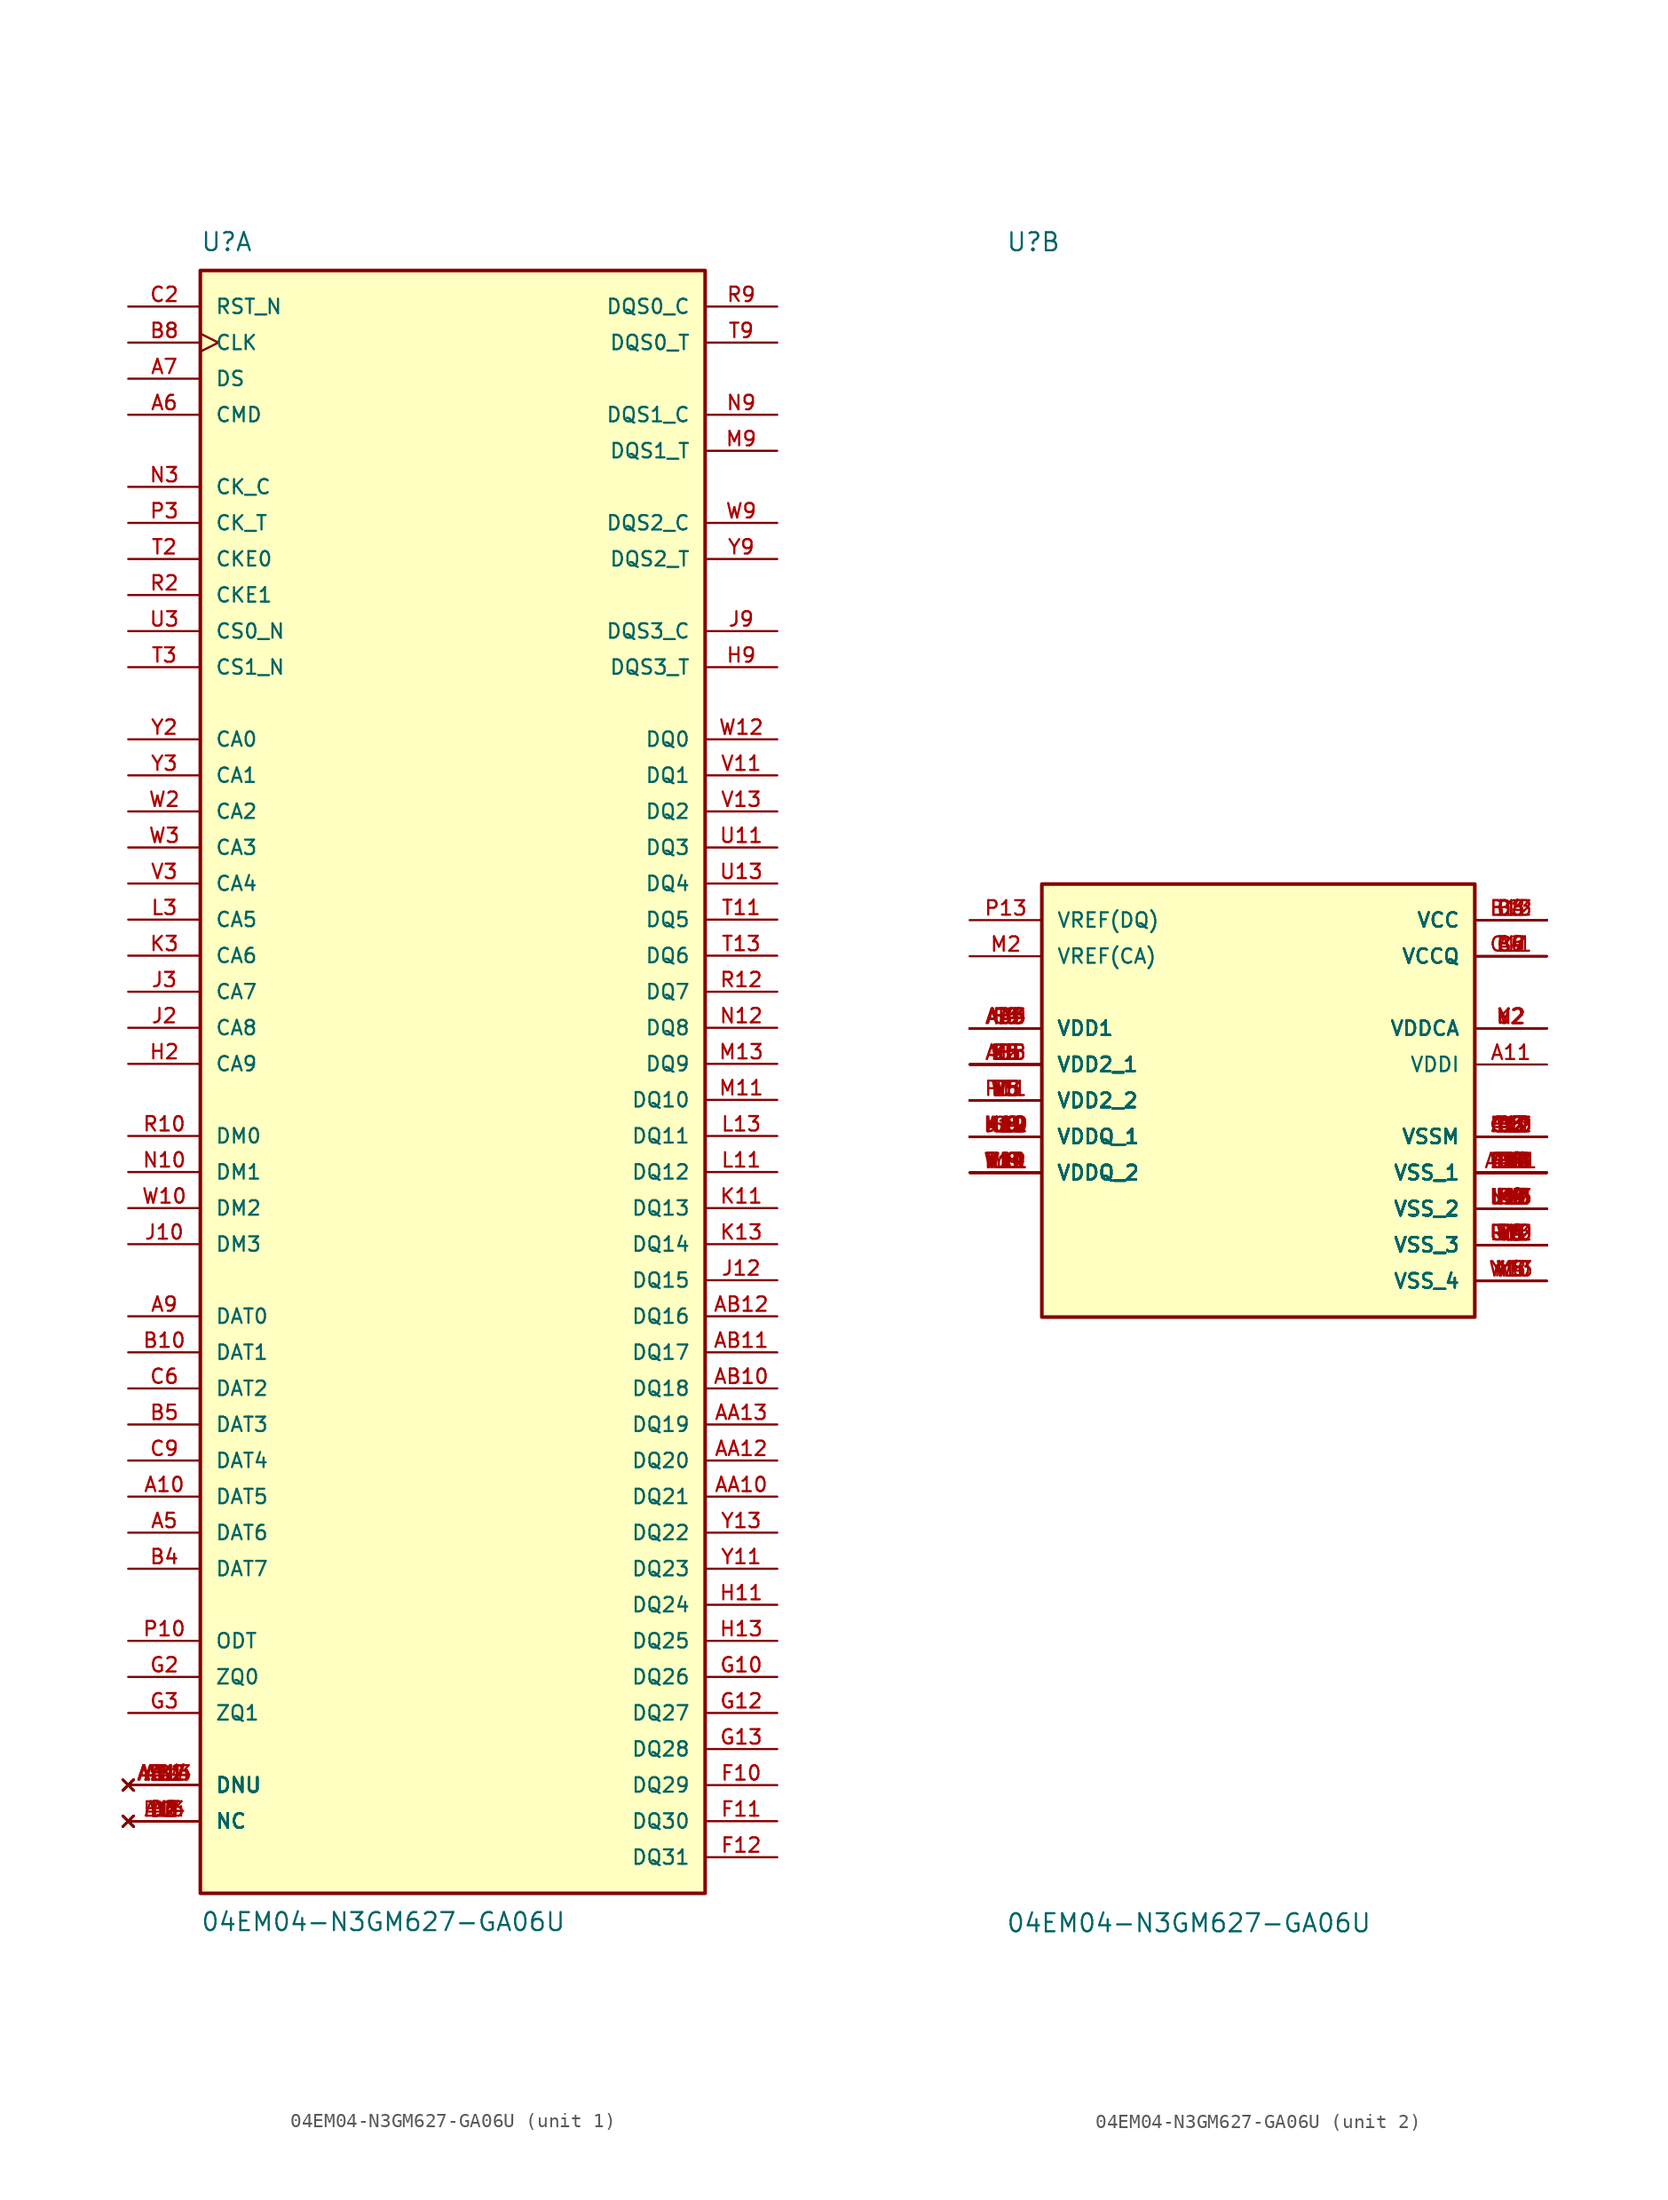
<source format=kicad_sym>
(kicad_symbol_lib
  (version 20211014)
  (generator kicad_symbol_editor)
  (symbol "04EM04-N3GM627-GA06U"
    (pin_names
      (offset 1.016))
    (property "Reference" "U"
      (at -17.78 59.69 0)
      (effects (font (size 1.27 1.27)) (justify bottom left)))
    (property "Value" "04EM04-N3GM627-GA06U"
      (at -17.78 -57.15 0)
      (effects (font (size 1.27 1.27)) (justify top left)))
    (symbol "04EM04-N3GM627-GA06U_1_0"
      (rectangle (start -17.78 -55.88) (end 17.78 58.42) (stroke (width 0.254)) (fill (type background)))
      (pin input clock (at -22.86 53.34 0) (length 5.08) (name "CLK" (effects (font (size 1.016 1.016)))) (number "B8" (effects (font (size 1.016 1.016)))))
      (pin input line (at -22.86 50.8 0) (length 5.08) (name "DS" (effects (font (size 1.016 1.016)))) (number "A7" (effects (font (size 1.016 1.016)))))
      (pin input line (at -22.86 55.88 0) (length 5.08) (name "RST_N" (effects (font (size 1.016 1.016)))) (number "C2" (effects (font (size 1.016 1.016)))))
      (pin bidirectional line (at -22.86 25.4 0) (length 5.08) (name "CA0" (effects (font (size 1.016 1.016)))) (number "Y2" (effects (font (size 1.016 1.016)))))
      (pin bidirectional line (at -22.86 22.86 0) (length 5.08) (name "CA1" (effects (font (size 1.016 1.016)))) (number "Y3" (effects (font (size 1.016 1.016)))))
      (pin bidirectional line (at -22.86 20.32 0) (length 5.08) (name "CA2" (effects (font (size 1.016 1.016)))) (number "W2" (effects (font (size 1.016 1.016)))))
      (pin bidirectional line (at -22.86 17.78 0) (length 5.08) (name "CA3" (effects (font (size 1.016 1.016)))) (number "W3" (effects (font (size 1.016 1.016)))))
      (pin bidirectional line (at -22.86 15.24 0) (length 5.08) (name "CA4" (effects (font (size 1.016 1.016)))) (number "V3" (effects (font (size 1.016 1.016)))))
      (pin bidirectional line (at -22.86 12.7 0) (length 5.08) (name "CA5" (effects (font (size 1.016 1.016)))) (number "L3" (effects (font (size 1.016 1.016)))))
      (pin bidirectional line (at -22.86 10.16 0) (length 5.08) (name "CA6" (effects (font (size 1.016 1.016)))) (number "K3" (effects (font (size 1.016 1.016)))))
      (pin bidirectional line (at -22.86 7.62 0) (length 5.08) (name "CA7" (effects (font (size 1.016 1.016)))) (number "J3" (effects (font (size 1.016 1.016)))))
      (pin bidirectional line (at -22.86 5.08 0) (length 5.08) (name "CA8" (effects (font (size 1.016 1.016)))) (number "J2" (effects (font (size 1.016 1.016)))))
      (pin bidirectional line (at -22.86 2.54 0) (length 5.08) (name "CA9" (effects (font (size 1.016 1.016)))) (number "H2" (effects (font (size 1.016 1.016)))))
      (pin bidirectional line (at -22.86 43.18 0) (length 5.08) (name "CK_C" (effects (font (size 1.016 1.016)))) (number "N3" (effects (font (size 1.016 1.016)))))
      (pin bidirectional line (at -22.86 40.64 0) (length 5.08) (name "CK_T" (effects (font (size 1.016 1.016)))) (number "P3" (effects (font (size 1.016 1.016)))))
      (pin bidirectional line (at -22.86 38.1 0) (length 5.08) (name "CKE0" (effects (font (size 1.016 1.016)))) (number "T2" (effects (font (size 1.016 1.016)))))
      (pin bidirectional line (at -22.86 35.56 0) (length 5.08) (name "CKE1" (effects (font (size 1.016 1.016)))) (number "R2" (effects (font (size 1.016 1.016)))))
      (pin input line (at -22.86 48.26 0) (length 5.08) (name "CMD" (effects (font (size 1.016 1.016)))) (number "A6" (effects (font (size 1.016 1.016)))))
      (pin bidirectional line (at -22.86 33.02 0) (length 5.08) (name "CS0_N" (effects (font (size 1.016 1.016)))) (number "U3" (effects (font (size 1.016 1.016)))))
      (pin bidirectional line (at -22.86 30.48 0) (length 5.08) (name "CS1_N" (effects (font (size 1.016 1.016)))) (number "T3" (effects (font (size 1.016 1.016)))))
      (pin bidirectional line (at -22.86 -15.24 0) (length 5.08) (name "DAT0" (effects (font (size 1.016 1.016)))) (number "A9" (effects (font (size 1.016 1.016)))))
      (pin bidirectional line (at -22.86 -17.78 0) (length 5.08) (name "DAT1" (effects (font (size 1.016 1.016)))) (number "B10" (effects (font (size 1.016 1.016)))))
      (pin bidirectional line (at -22.86 -20.32 0) (length 5.08) (name "DAT2" (effects (font (size 1.016 1.016)))) (number "C6" (effects (font (size 1.016 1.016)))))
      (pin bidirectional line (at -22.86 -22.86 0) (length 5.08) (name "DAT3" (effects (font (size 1.016 1.016)))) (number "B5" (effects (font (size 1.016 1.016)))))
      (pin bidirectional line (at -22.86 -25.4 0) (length 5.08) (name "DAT4" (effects (font (size 1.016 1.016)))) (number "C9" (effects (font (size 1.016 1.016)))))
      (pin bidirectional line (at -22.86 -27.94 0) (length 5.08) (name "DAT5" (effects (font (size 1.016 1.016)))) (number "A10" (effects (font (size 1.016 1.016)))))
      (pin bidirectional line (at -22.86 -30.48 0) (length 5.08) (name "DAT6" (effects (font (size 1.016 1.016)))) (number "A5" (effects (font (size 1.016 1.016)))))
      (pin bidirectional line (at -22.86 -33.02 0) (length 5.08) (name "DAT7" (effects (font (size 1.016 1.016)))) (number "B4" (effects (font (size 1.016 1.016)))))
      (pin bidirectional line (at -22.86 -2.54 0) (length 5.08) (name "DM0" (effects (font (size 1.016 1.016)))) (number "R10" (effects (font (size 1.016 1.016)))))
      (pin bidirectional line (at -22.86 -5.08 0) (length 5.08) (name "DM1" (effects (font (size 1.016 1.016)))) (number "N10" (effects (font (size 1.016 1.016)))))
      (pin bidirectional line (at -22.86 -7.62 0) (length 5.08) (name "DM2" (effects (font (size 1.016 1.016)))) (number "W10" (effects (font (size 1.016 1.016)))))
      (pin bidirectional line (at -22.86 -10.16 0) (length 5.08) (name "DM3" (effects (font (size 1.016 1.016)))) (number "J10" (effects (font (size 1.016 1.016)))))
      (pin bidirectional line (at 22.86 25.4 180.0) (length 5.08) (name "DQ0" (effects (font (size 1.016 1.016)))) (number "W12" (effects (font (size 1.016 1.016)))))
      (pin bidirectional line (at 22.86 22.86 180.0) (length 5.08) (name "DQ1" (effects (font (size 1.016 1.016)))) (number "V11" (effects (font (size 1.016 1.016)))))
      (pin bidirectional line (at 22.86 0.0 180.0) (length 5.08) (name "DQ10" (effects (font (size 1.016 1.016)))) (number "M11" (effects (font (size 1.016 1.016)))))
      (pin bidirectional line (at 22.86 -2.54 180.0) (length 5.08) (name "DQ11" (effects (font (size 1.016 1.016)))) (number "L13" (effects (font (size 1.016 1.016)))))
      (pin bidirectional line (at 22.86 -5.08 180.0) (length 5.08) (name "DQ12" (effects (font (size 1.016 1.016)))) (number "L11" (effects (font (size 1.016 1.016)))))
      (pin bidirectional line (at 22.86 -7.62 180.0) (length 5.08) (name "DQ13" (effects (font (size 1.016 1.016)))) (number "K11" (effects (font (size 1.016 1.016)))))
      (pin bidirectional line (at 22.86 -10.16 180.0) (length 5.08) (name "DQ14" (effects (font (size 1.016 1.016)))) (number "K13" (effects (font (size 1.016 1.016)))))
      (pin bidirectional line (at 22.86 -12.7 180.0) (length 5.08) (name "DQ15" (effects (font (size 1.016 1.016)))) (number "J12" (effects (font (size 1.016 1.016)))))
      (pin bidirectional line (at 22.86 -15.24 180.0) (length 5.08) (name "DQ16" (effects (font (size 1.016 1.016)))) (number "AB12" (effects (font (size 1.016 1.016)))))
      (pin bidirectional line (at 22.86 -17.78 180.0) (length 5.08) (name "DQ17" (effects (font (size 1.016 1.016)))) (number "AB11" (effects (font (size 1.016 1.016)))))
      (pin bidirectional line (at 22.86 -20.32 180.0) (length 5.08) (name "DQ18" (effects (font (size 1.016 1.016)))) (number "AB10" (effects (font (size 1.016 1.016)))))
      (pin bidirectional line (at 22.86 -22.86 180.0) (length 5.08) (name "DQ19" (effects (font (size 1.016 1.016)))) (number "AA13" (effects (font (size 1.016 1.016)))))
      (pin bidirectional line (at 22.86 20.32 180.0) (length 5.08) (name "DQ2" (effects (font (size 1.016 1.016)))) (number "V13" (effects (font (size 1.016 1.016)))))
      (pin bidirectional line (at 22.86 -25.4 180.0) (length 5.08) (name "DQ20" (effects (font (size 1.016 1.016)))) (number "AA12" (effects (font (size 1.016 1.016)))))
      (pin bidirectional line (at 22.86 -27.94 180.0) (length 5.08) (name "DQ21" (effects (font (size 1.016 1.016)))) (number "AA10" (effects (font (size 1.016 1.016)))))
      (pin bidirectional line (at 22.86 -30.48 180.0) (length 5.08) (name "DQ22" (effects (font (size 1.016 1.016)))) (number "Y13" (effects (font (size 1.016 1.016)))))
      (pin bidirectional line (at 22.86 -33.02 180.0) (length 5.08) (name "DQ23" (effects (font (size 1.016 1.016)))) (number "Y11" (effects (font (size 1.016 1.016)))))
      (pin bidirectional line (at 22.86 -35.56 180.0) (length 5.08) (name "DQ24" (effects (font (size 1.016 1.016)))) (number "H11" (effects (font (size 1.016 1.016)))))
      (pin bidirectional line (at 22.86 -38.1 180.0) (length 5.08) (name "DQ25" (effects (font (size 1.016 1.016)))) (number "H13" (effects (font (size 1.016 1.016)))))
      (pin bidirectional line (at 22.86 -40.64 180.0) (length 5.08) (name "DQ26" (effects (font (size 1.016 1.016)))) (number "G10" (effects (font (size 1.016 1.016)))))
      (pin bidirectional line (at 22.86 -43.18 180.0) (length 5.08) (name "DQ27" (effects (font (size 1.016 1.016)))) (number "G12" (effects (font (size 1.016 1.016)))))
      (pin bidirectional line (at 22.86 -45.72 180.0) (length 5.08) (name "DQ28" (effects (font (size 1.016 1.016)))) (number "G13" (effects (font (size 1.016 1.016)))))
      (pin bidirectional line (at 22.86 -48.26 180.0) (length 5.08) (name "DQ29" (effects (font (size 1.016 1.016)))) (number "F10" (effects (font (size 1.016 1.016)))))
      (pin bidirectional line (at 22.86 17.78 180.0) (length 5.08) (name "DQ3" (effects (font (size 1.016 1.016)))) (number "U11" (effects (font (size 1.016 1.016)))))
      (pin bidirectional line (at 22.86 -50.8 180.0) (length 5.08) (name "DQ30" (effects (font (size 1.016 1.016)))) (number "F11" (effects (font (size 1.016 1.016)))))
      (pin bidirectional line (at 22.86 -53.34 180.0) (length 5.08) (name "DQ31" (effects (font (size 1.016 1.016)))) (number "F12" (effects (font (size 1.016 1.016)))))
      (pin bidirectional line (at 22.86 15.24 180.0) (length 5.08) (name "DQ4" (effects (font (size 1.016 1.016)))) (number "U13" (effects (font (size 1.016 1.016)))))
      (pin bidirectional line (at 22.86 12.7 180.0) (length 5.08) (name "DQ5" (effects (font (size 1.016 1.016)))) (number "T11" (effects (font (size 1.016 1.016)))))
      (pin bidirectional line (at 22.86 10.16 180.0) (length 5.08) (name "DQ6" (effects (font (size 1.016 1.016)))) (number "T13" (effects (font (size 1.016 1.016)))))
      (pin bidirectional line (at 22.86 7.62 180.0) (length 5.08) (name "DQ7" (effects (font (size 1.016 1.016)))) (number "R12" (effects (font (size 1.016 1.016)))))
      (pin bidirectional line (at 22.86 5.08 180.0) (length 5.08) (name "DQ8" (effects (font (size 1.016 1.016)))) (number "N12" (effects (font (size 1.016 1.016)))))
      (pin bidirectional line (at 22.86 2.54 180.0) (length 5.08) (name "DQ9" (effects (font (size 1.016 1.016)))) (number "M13" (effects (font (size 1.016 1.016)))))
      (pin bidirectional line (at 22.86 55.88 180.0) (length 5.08) (name "DQS0_C" (effects (font (size 1.016 1.016)))) (number "R9" (effects (font (size 1.016 1.016)))))
      (pin bidirectional line (at 22.86 53.34 180.0) (length 5.08) (name "DQS0_T" (effects (font (size 1.016 1.016)))) (number "T9" (effects (font (size 1.016 1.016)))))
      (pin bidirectional line (at 22.86 48.26 180.0) (length 5.08) (name "DQS1_C" (effects (font (size 1.016 1.016)))) (number "N9" (effects (font (size 1.016 1.016)))))
      (pin bidirectional line (at 22.86 45.72 180.0) (length 5.08) (name "DQS1_T" (effects (font (size 1.016 1.016)))) (number "M9" (effects (font (size 1.016 1.016)))))
      (pin bidirectional line (at 22.86 40.64 180.0) (length 5.08) (name "DQS2_C" (effects (font (size 1.016 1.016)))) (number "W9" (effects (font (size 1.016 1.016)))))
      (pin bidirectional line (at 22.86 38.1 180.0) (length 5.08) (name "DQS2_T" (effects (font (size 1.016 1.016)))) (number "Y9" (effects (font (size 1.016 1.016)))))
      (pin bidirectional line (at 22.86 33.02 180.0) (length 5.08) (name "DQS3_C" (effects (font (size 1.016 1.016)))) (number "J9" (effects (font (size 1.016 1.016)))))
      (pin bidirectional line (at 22.86 30.48 180.0) (length 5.08) (name "DQS3_T" (effects (font (size 1.016 1.016)))) (number "H9" (effects (font (size 1.016 1.016)))))
      (pin bidirectional line (at -22.86 -38.1 0) (length 5.08) (name "ODT" (effects (font (size 1.016 1.016)))) (number "P10" (effects (font (size 1.016 1.016)))))
      (pin bidirectional line (at -22.86 -40.64 0) (length 5.08) (name "ZQ0" (effects (font (size 1.016 1.016)))) (number "G2" (effects (font (size 1.016 1.016)))))
      (pin bidirectional line (at -22.86 -43.18 0) (length 5.08) (name "ZQ1" (effects (font (size 1.016 1.016)))) (number "G3" (effects (font (size 1.016 1.016)))))
      (pin no_connect line (at -22.86 -48.26 0) (length 5.08) (name "DNU" (effects (font (size 1.016 1.016)))) (number "A1" (effects (font (size 1.016 1.016)))))
      (pin no_connect line (at -22.86 -48.26 0) (length 5.08) (name "DNU" (effects (font (size 1.016 1.016)))) (number "A14" (effects (font (size 1.016 1.016)))))
      (pin no_connect line (at -22.86 -48.26 0) (length 5.08) (name "DNU" (effects (font (size 1.016 1.016)))) (number "AA1" (effects (font (size 1.016 1.016)))))
      (pin no_connect line (at -22.86 -48.26 0) (length 5.08) (name "DNU" (effects (font (size 1.016 1.016)))) (number "AA14" (effects (font (size 1.016 1.016)))))
      (pin no_connect line (at -22.86 -48.26 0) (length 5.08) (name "DNU" (effects (font (size 1.016 1.016)))) (number "AB1" (effects (font (size 1.016 1.016)))))
      (pin no_connect line (at -22.86 -48.26 0) (length 5.08) (name "DNU" (effects (font (size 1.016 1.016)))) (number "AB2" (effects (font (size 1.016 1.016)))))
      (pin no_connect line (at -22.86 -48.26 0) (length 5.08) (name "DNU" (effects (font (size 1.016 1.016)))) (number "AB13" (effects (font (size 1.016 1.016)))))
      (pin no_connect line (at -22.86 -48.26 0) (length 5.08) (name "DNU" (effects (font (size 1.016 1.016)))) (number "AB14" (effects (font (size 1.016 1.016)))))
      (pin no_connect line (at -22.86 -50.8 0) (length 5.08) (name "NC" (effects (font (size 1.016 1.016)))) (number "A2" (effects (font (size 1.016 1.016)))))
      (pin no_connect line (at -22.86 -50.8 0) (length 5.08) (name "NC" (effects (font (size 1.016 1.016)))) (number "A13" (effects (font (size 1.016 1.016)))))
      (pin no_connect line (at -22.86 -50.8 0) (length 5.08) (name "NC" (effects (font (size 1.016 1.016)))) (number "B1" (effects (font (size 1.016 1.016)))))
      (pin no_connect line (at -22.86 -50.8 0) (length 5.08) (name "NC" (effects (font (size 1.016 1.016)))) (number "B14" (effects (font (size 1.016 1.016)))))
      (pin no_connect line (at -22.86 -50.8 0) (length 5.08) (name "NC" (effects (font (size 1.016 1.016)))) (number "D2" (effects (font (size 1.016 1.016)))))
      (pin no_connect line (at -22.86 -50.8 0) (length 5.08) (name "NC" (effects (font (size 1.016 1.016)))) (number "D3" (effects (font (size 1.016 1.016)))))
      (pin no_connect line (at -22.86 -50.8 0) (length 5.08) (name "NC" (effects (font (size 1.016 1.016)))) (number "D4" (effects (font (size 1.016 1.016)))))
      (pin no_connect line (at -22.86 -50.8 0) (length 5.08) (name "NC" (effects (font (size 1.016 1.016)))) (number "D5" (effects (font (size 1.016 1.016)))))
      (pin no_connect line (at -22.86 -50.8 0) (length 5.08) (name "NC" (effects (font (size 1.016 1.016)))) (number "D6" (effects (font (size 1.016 1.016))))))
    (symbol "04EM04-N3GM627-GA06U_2_0"
      (rectangle (start -15.24 -15.24) (end 15.24 15.24) (stroke (width 0.254)) (fill (type background)))
      (pin power_in line (at 20.32 12.7 180.0) (length 5.08) (name "VCC" (effects (font (size 1.016 1.016)))) (number "B3" (effects (font (size 1.016 1.016)))))
      (pin power_in line (at 20.32 12.7 180.0) (length 5.08) (name "VCC" (effects (font (size 1.016 1.016)))) (number "B12" (effects (font (size 1.016 1.016)))))
      (pin power_in line (at 20.32 12.7 180.0) (length 5.08) (name "VCC" (effects (font (size 1.016 1.016)))) (number "B13" (effects (font (size 1.016 1.016)))))
      (pin power_in line (at 20.32 12.7 180.0) (length 5.08) (name "VCC" (effects (font (size 1.016 1.016)))) (number "C4" (effects (font (size 1.016 1.016)))))
      (pin power_in line (at 20.32 12.7 180.0) (length 5.08) (name "VCC" (effects (font (size 1.016 1.016)))) (number "D8" (effects (font (size 1.016 1.016)))))
      (pin power_in line (at 20.32 10.16 180.0) (length 5.08) (name "VCCQ" (effects (font (size 1.016 1.016)))) (number "A4" (effects (font (size 1.016 1.016)))))
      (pin power_in line (at 20.32 10.16 180.0) (length 5.08) (name "VCCQ" (effects (font (size 1.016 1.016)))) (number "B6" (effects (font (size 1.016 1.016)))))
      (pin power_in line (at 20.32 10.16 180.0) (length 5.08) (name "VCCQ" (effects (font (size 1.016 1.016)))) (number "B9" (effects (font (size 1.016 1.016)))))
      (pin power_in line (at 20.32 10.16 180.0) (length 5.08) (name "VCCQ" (effects (font (size 1.016 1.016)))) (number "C7" (effects (font (size 1.016 1.016)))))
      (pin power_in line (at 20.32 10.16 180.0) (length 5.08) (name "VCCQ" (effects (font (size 1.016 1.016)))) (number "C11" (effects (font (size 1.016 1.016)))))
      (pin power_in line (at -20.32 5.08 0) (length 5.08) (name "VDD1" (effects (font (size 1.016 1.016)))) (number "AA3" (effects (font (size 1.016 1.016)))))
      (pin power_in line (at -20.32 5.08 0) (length 5.08) (name "VDD1" (effects (font (size 1.016 1.016)))) (number "AA5" (effects (font (size 1.016 1.016)))))
      (pin power_in line (at -20.32 5.08 0) (length 5.08) (name "VDD1" (effects (font (size 1.016 1.016)))) (number "AB3" (effects (font (size 1.016 1.016)))))
      (pin power_in line (at -20.32 5.08 0) (length 5.08) (name "VDD1" (effects (font (size 1.016 1.016)))) (number "AB4" (effects (font (size 1.016 1.016)))))
      (pin power_in line (at -20.32 5.08 0) (length 5.08) (name "VDD1" (effects (font (size 1.016 1.016)))) (number "AB9" (effects (font (size 1.016 1.016)))))
      (pin power_in line (at -20.32 5.08 0) (length 5.08) (name "VDD1" (effects (font (size 1.016 1.016)))) (number "F3" (effects (font (size 1.016 1.016)))))
      (pin power_in line (at -20.32 5.08 0) (length 5.08) (name "VDD1" (effects (font (size 1.016 1.016)))) (number "F4" (effects (font (size 1.016 1.016)))))
      (pin power_in line (at -20.32 5.08 0) (length 5.08) (name "VDD1" (effects (font (size 1.016 1.016)))) (number "F9" (effects (font (size 1.016 1.016)))))
      (pin power_in line (at -20.32 5.08 0) (length 5.08) (name "VDD1" (effects (font (size 1.016 1.016)))) (number "G5" (effects (font (size 1.016 1.016)))))
      (pin power_in line (at -20.32 2.54 0) (length 5.08) (name "VDD2_1" (effects (font (size 1.016 1.016)))) (number "AB5" (effects (font (size 1.016 1.016)))))
      (pin power_in line (at -20.32 2.54 0) (length 5.08) (name "VDD2_1" (effects (font (size 1.016 1.016)))) (number "AB8" (effects (font (size 1.016 1.016)))))
      (pin power_in line (at -20.32 2.54 0) (length 5.08) (name "VDD2_1" (effects (font (size 1.016 1.016)))) (number "F5" (effects (font (size 1.016 1.016)))))
      (pin power_in line (at -20.32 2.54 0) (length 5.08) (name "VDD2_1" (effects (font (size 1.016 1.016)))) (number "F8" (effects (font (size 1.016 1.016)))))
      (pin power_in line (at -20.32 2.54 0) (length 5.08) (name "VDD2_1" (effects (font (size 1.016 1.016)))) (number "J5" (effects (font (size 1.016 1.016)))))
      (pin power_in line (at -20.32 2.54 0) (length 5.08) (name "VDD2_1" (effects (font (size 1.016 1.016)))) (number "K5" (effects (font (size 1.016 1.016)))))
      (pin power_in line (at -20.32 2.54 0) (length 5.08) (name "VDD2_1" (effects (font (size 1.016 1.016)))) (number "L2" (effects (font (size 1.016 1.016)))))
      (pin power_in line (at -20.32 2.54 0) (length 5.08) (name "VDD2_1" (effects (font (size 1.016 1.016)))) (number "L5" (effects (font (size 1.016 1.016)))))
      (pin power_in line (at -20.32 2.54 0) (length 5.08) (name "VDD2_1" (effects (font (size 1.016 1.016)))) (number "M5" (effects (font (size 1.016 1.016)))))
      (pin power_in line (at 20.32 5.08 180.0) (length 5.08) (name "VDDCA" (effects (font (size 1.016 1.016)))) (number "K2" (effects (font (size 1.016 1.016)))))
      (pin power_in line (at 20.32 5.08 180.0) (length 5.08) (name "VDDCA" (effects (font (size 1.016 1.016)))) (number "N2" (effects (font (size 1.016 1.016)))))
      (pin power_in line (at 20.32 5.08 180.0) (length 5.08) (name "VDDCA" (effects (font (size 1.016 1.016)))) (number "U2" (effects (font (size 1.016 1.016)))))
      (pin power_in line (at 20.32 5.08 180.0) (length 5.08) (name "VDDCA" (effects (font (size 1.016 1.016)))) (number "V2" (effects (font (size 1.016 1.016)))))
      (pin power_in line (at 20.32 2.54 180.0) (length 5.08) (name "VDDI" (effects (font (size 1.016 1.016)))) (number "A11" (effects (font (size 1.016 1.016)))))
      (pin power_in line (at -20.32 -2.54 0) (length 5.08) (name "VDDQ_1" (effects (font (size 1.016 1.016)))) (number "AA9" (effects (font (size 1.016 1.016)))))
      (pin power_in line (at -20.32 -2.54 0) (length 5.08) (name "VDDQ_1" (effects (font (size 1.016 1.016)))) (number "G9" (effects (font (size 1.016 1.016)))))
      (pin power_in line (at -20.32 -2.54 0) (length 5.08) (name "VDDQ_1" (effects (font (size 1.016 1.016)))) (number "H8" (effects (font (size 1.016 1.016)))))
      (pin power_in line (at -20.32 -2.54 0) (length 5.08) (name "VDDQ_1" (effects (font (size 1.016 1.016)))) (number "H12" (effects (font (size 1.016 1.016)))))
      (pin power_in line (at -20.32 -2.54 0) (length 5.08) (name "VDDQ_1" (effects (font (size 1.016 1.016)))) (number "J11" (effects (font (size 1.016 1.016)))))
      (pin power_in line (at -20.32 -2.54 0) (length 5.08) (name "VDDQ_1" (effects (font (size 1.016 1.016)))) (number "K10" (effects (font (size 1.016 1.016)))))
      (pin power_in line (at -20.32 -2.54 0) (length 5.08) (name "VDDQ_1" (effects (font (size 1.016 1.016)))) (number "K12" (effects (font (size 1.016 1.016)))))
      (pin power_in line (at -20.32 -2.54 0) (length 5.08) (name "VDDQ_1" (effects (font (size 1.016 1.016)))) (number "L8" (effects (font (size 1.016 1.016)))))
      (pin power_in line (at -20.32 -2.54 0) (length 5.08) (name "VDDQ_1" (effects (font (size 1.016 1.016)))) (number "L9" (effects (font (size 1.016 1.016)))))
      (pin power_in line (at -20.32 -2.54 0) (length 5.08) (name "VDDQ_1" (effects (font (size 1.016 1.016)))) (number "M10" (effects (font (size 1.016 1.016)))))
      (pin power_in line (at -20.32 -2.54 0) (length 5.08) (name "VDDQ_1" (effects (font (size 1.016 1.016)))) (number "M12" (effects (font (size 1.016 1.016)))))
      (pin power_in line (at -20.32 10.16 0) (length 5.08) (name "VREF(CA)" (effects (font (size 1.016 1.016)))) (number "M2" (effects (font (size 1.016 1.016)))))
      (pin power_in line (at -20.32 12.7 0) (length 5.08) (name "VREF(DQ)" (effects (font (size 1.016 1.016)))) (number "P13" (effects (font (size 1.016 1.016)))))
      (pin power_in line (at 20.32 -5.08 180.0) (length 5.08) (name "VSS_1" (effects (font (size 1.016 1.016)))) (number "AA2" (effects (font (size 1.016 1.016)))))
      (pin power_in line (at 20.32 -5.08 180.0) (length 5.08) (name "VSS_1" (effects (font (size 1.016 1.016)))) (number "AA4" (effects (font (size 1.016 1.016)))))
      (pin power_in line (at 20.32 -5.08 180.0) (length 5.08) (name "VSS_1" (effects (font (size 1.016 1.016)))) (number "AA8" (effects (font (size 1.016 1.016)))))
      (pin power_in line (at 20.32 -5.08 180.0) (length 5.08) (name "VSS_1" (effects (font (size 1.016 1.016)))) (number "AA11" (effects (font (size 1.016 1.016)))))
      (pin power_in line (at 20.32 -5.08 180.0) (length 5.08) (name "VSS_1" (effects (font (size 1.016 1.016)))) (number "F2" (effects (font (size 1.016 1.016)))))
      (pin power_in line (at 20.32 -5.08 180.0) (length 5.08) (name "VSS_1" (effects (font (size 1.016 1.016)))) (number "F13" (effects (font (size 1.016 1.016)))))
      (pin power_in line (at 20.32 -5.08 180.0) (length 5.08) (name "VSS_1" (effects (font (size 1.016 1.016)))) (number "G4" (effects (font (size 1.016 1.016)))))
      (pin power_in line (at 20.32 -5.08 180.0) (length 5.08) (name "VSS_1" (effects (font (size 1.016 1.016)))) (number "G8" (effects (font (size 1.016 1.016)))))
      (pin power_in line (at 20.32 -5.08 180.0) (length 5.08) (name "VSS_1" (effects (font (size 1.016 1.016)))) (number "G11" (effects (font (size 1.016 1.016)))))
      (pin power_in line (at 20.32 -5.08 180.0) (length 5.08) (name "VSS_1" (effects (font (size 1.016 1.016)))) (number "H3" (effects (font (size 1.016 1.016)))))
      (pin power_in line (at 20.32 -5.08 180.0) (length 5.08) (name "VSS_1" (effects (font (size 1.016 1.016)))) (number "H4" (effects (font (size 1.016 1.016)))))
      (pin power_in line (at 20.32 -5.08 180.0) (length 5.08) (name "VSS_1" (effects (font (size 1.016 1.016)))) (number "H5" (effects (font (size 1.016 1.016)))))
      (pin power_in line (at 20.32 -5.08 180.0) (length 5.08) (name "VSS_1" (effects (font (size 1.016 1.016)))) (number "H10" (effects (font (size 1.016 1.016)))))
      (pin power_in line (at 20.32 -5.08 180.0) (length 5.08) (name "VSS_1" (effects (font (size 1.016 1.016)))) (number "J4" (effects (font (size 1.016 1.016)))))
      (pin power_in line (at 20.32 -5.08 180.0) (length 5.08) (name "VSS_1" (effects (font (size 1.016 1.016)))) (number "J8" (effects (font (size 1.016 1.016)))))
      (pin power_in line (at 20.32 -2.54 180.0) (length 5.08) (name "VSSM" (effects (font (size 1.016 1.016)))) (number "A3" (effects (font (size 1.016 1.016)))))
      (pin power_in line (at 20.32 -2.54 180.0) (length 5.08) (name "VSSM" (effects (font (size 1.016 1.016)))) (number "A8" (effects (font (size 1.016 1.016)))))
      (pin power_in line (at 20.32 -2.54 180.0) (length 5.08) (name "VSSM" (effects (font (size 1.016 1.016)))) (number "A12" (effects (font (size 1.016 1.016)))))
      (pin power_in line (at 20.32 -2.54 180.0) (length 5.08) (name "VSSM" (effects (font (size 1.016 1.016)))) (number "B2" (effects (font (size 1.016 1.016)))))
      (pin power_in line (at 20.32 -2.54 180.0) (length 5.08) (name "VSSM" (effects (font (size 1.016 1.016)))) (number "B7" (effects (font (size 1.016 1.016)))))
      (pin power_in line (at 20.32 -2.54 180.0) (length 5.08) (name "VSSM" (effects (font (size 1.016 1.016)))) (number "B11" (effects (font (size 1.016 1.016)))))
      (pin power_in line (at 20.32 -2.54 180.0) (length 5.08) (name "VSSM" (effects (font (size 1.016 1.016)))) (number "C3" (effects (font (size 1.016 1.016)))))
      (pin power_in line (at 20.32 -2.54 180.0) (length 5.08) (name "VSSM" (effects (font (size 1.016 1.016)))) (number "C5" (effects (font (size 1.016 1.016)))))
      (pin power_in line (at 20.32 -2.54 180.0) (length 5.08) (name "VSSM" (effects (font (size 1.016 1.016)))) (number "C8" (effects (font (size 1.016 1.016)))))
      (pin power_in line (at 20.32 -2.54 180.0) (length 5.08) (name "VSSM" (effects (font (size 1.016 1.016)))) (number "C10" (effects (font (size 1.016 1.016)))))
      (pin power_in line (at 20.32 -2.54 180.0) (length 5.08) (name "VSSM" (effects (font (size 1.016 1.016)))) (number "C12" (effects (font (size 1.016 1.016)))))
      (pin power_in line (at 20.32 -2.54 180.0) (length 5.08) (name "VSSM" (effects (font (size 1.016 1.016)))) (number "C13" (effects (font (size 1.016 1.016)))))
      (pin power_in line (at 20.32 -2.54 180.0) (length 5.08) (name "VSSM" (effects (font (size 1.016 1.016)))) (number "D7" (effects (font (size 1.016 1.016)))))
      (pin power_in line (at -20.32 0.0 0) (length 5.08) (name "VDD2_2" (effects (font (size 1.016 1.016)))) (number "N5" (effects (font (size 1.016 1.016)))))
      (pin power_in line (at -20.32 0.0 0) (length 5.08) (name "VDD2_2" (effects (font (size 1.016 1.016)))) (number "P5" (effects (font (size 1.016 1.016)))))
      (pin power_in line (at -20.32 0.0 0) (length 5.08) (name "VDD2_2" (effects (font (size 1.016 1.016)))) (number "P8" (effects (font (size 1.016 1.016)))))
      (pin power_in line (at -20.32 0.0 0) (length 5.08) (name "VDD2_2" (effects (font (size 1.016 1.016)))) (number "P11" (effects (font (size 1.016 1.016)))))
      (pin power_in line (at -20.32 0.0 0) (length 5.08) (name "VDD2_2" (effects (font (size 1.016 1.016)))) (number "R5" (effects (font (size 1.016 1.016)))))
      (pin power_in line (at -20.32 0.0 0) (length 5.08) (name "VDD2_2" (effects (font (size 1.016 1.016)))) (number "T5" (effects (font (size 1.016 1.016)))))
      (pin power_in line (at -20.32 0.0 0) (length 5.08) (name "VDD2_2" (effects (font (size 1.016 1.016)))) (number "U5" (effects (font (size 1.016 1.016)))))
      (pin power_in line (at -20.32 0.0 0) (length 5.08) (name "VDD2_2" (effects (font (size 1.016 1.016)))) (number "V5" (effects (font (size 1.016 1.016)))))
      (pin power_in line (at -20.32 0.0 0) (length 5.08) (name "VDD2_2" (effects (font (size 1.016 1.016)))) (number "W5" (effects (font (size 1.016 1.016)))))
      (pin power_in line (at -20.32 -5.08 0) (length 5.08) (name "VDDQ_2" (effects (font (size 1.016 1.016)))) (number "N11" (effects (font (size 1.016 1.016)))))
      (pin power_in line (at -20.32 -5.08 0) (length 5.08) (name "VDDQ_2" (effects (font (size 1.016 1.016)))) (number "R11" (effects (font (size 1.016 1.016)))))
      (pin power_in line (at -20.32 -5.08 0) (length 5.08) (name "VDDQ_2" (effects (font (size 1.016 1.016)))) (number "T10" (effects (font (size 1.016 1.016)))))
      (pin power_in line (at -20.32 -5.08 0) (length 5.08) (name "VDDQ_2" (effects (font (size 1.016 1.016)))) (number "T12" (effects (font (size 1.016 1.016)))))
      (pin power_in line (at -20.32 -5.08 0) (length 5.08) (name "VDDQ_2" (effects (font (size 1.016 1.016)))) (number "U8" (effects (font (size 1.016 1.016)))))
      (pin power_in line (at -20.32 -5.08 0) (length 5.08) (name "VDDQ_2" (effects (font (size 1.016 1.016)))) (number "U9" (effects (font (size 1.016 1.016)))))
      (pin power_in line (at -20.32 -5.08 0) (length 5.08) (name "VDDQ_2" (effects (font (size 1.016 1.016)))) (number "V10" (effects (font (size 1.016 1.016)))))
      (pin power_in line (at -20.32 -5.08 0) (length 5.08) (name "VDDQ_2" (effects (font (size 1.016 1.016)))) (number "V12" (effects (font (size 1.016 1.016)))))
      (pin power_in line (at -20.32 -5.08 0) (length 5.08) (name "VDDQ_2" (effects (font (size 1.016 1.016)))) (number "W11" (effects (font (size 1.016 1.016)))))
      (pin power_in line (at -20.32 -5.08 0) (length 5.08) (name "VDDQ_2" (effects (font (size 1.016 1.016)))) (number "Y8" (effects (font (size 1.016 1.016)))))
      (pin power_in line (at -20.32 -5.08 0) (length 5.08) (name "VDDQ_2" (effects (font (size 1.016 1.016)))) (number "Y12" (effects (font (size 1.016 1.016)))))
      (pin power_in line (at 20.32 -7.62 180.0) (length 5.08) (name "VSS_2" (effects (font (size 1.016 1.016)))) (number "J13" (effects (font (size 1.016 1.016)))))
      (pin power_in line (at 20.32 -7.62 180.0) (length 5.08) (name "VSS_2" (effects (font (size 1.016 1.016)))) (number "K4" (effects (font (size 1.016 1.016)))))
      (pin power_in line (at 20.32 -7.62 180.0) (length 5.08) (name "VSS_2" (effects (font (size 1.016 1.016)))) (number "K8" (effects (font (size 1.016 1.016)))))
      (pin power_in line (at 20.32 -7.62 180.0) (length 5.08) (name "VSS_2" (effects (font (size 1.016 1.016)))) (number "K9" (effects (font (size 1.016 1.016)))))
      (pin power_in line (at 20.32 -7.62 180.0) (length 5.08) (name "VSS_2" (effects (font (size 1.016 1.016)))) (number "L4" (effects (font (size 1.016 1.016)))))
      (pin power_in line (at 20.32 -7.62 180.0) (length 5.08) (name "VSS_2" (effects (font (size 1.016 1.016)))) (number "L10" (effects (font (size 1.016 1.016)))))
      (pin power_in line (at 20.32 -7.62 180.0) (length 5.08) (name "VSS_2" (effects (font (size 1.016 1.016)))) (number "L12" (effects (font (size 1.016 1.016)))))
      (pin power_in line (at 20.32 -7.62 180.0) (length 5.08) (name "VSS_2" (effects (font (size 1.016 1.016)))) (number "M3" (effects (font (size 1.016 1.016)))))
      (pin power_in line (at 20.32 -7.62 180.0) (length 5.08) (name "VSS_2" (effects (font (size 1.016 1.016)))) (number "M4" (effects (font (size 1.016 1.016)))))
      (pin power_in line (at 20.32 -7.62 180.0) (length 5.08) (name "VSS_2" (effects (font (size 1.016 1.016)))) (number "M8" (effects (font (size 1.016 1.016)))))
      (pin power_in line (at 20.32 -7.62 180.0) (length 5.08) (name "VSS_2" (effects (font (size 1.016 1.016)))) (number "N4" (effects (font (size 1.016 1.016)))))
      (pin power_in line (at 20.32 -7.62 180.0) (length 5.08) (name "VSS_2" (effects (font (size 1.016 1.016)))) (number "N8" (effects (font (size 1.016 1.016)))))
      (pin power_in line (at 20.32 -7.62 180.0) (length 5.08) (name "VSS_2" (effects (font (size 1.016 1.016)))) (number "N13" (effects (font (size 1.016 1.016)))))
      (pin power_in line (at 20.32 -7.62 180.0) (length 5.08) (name "VSS_2" (effects (font (size 1.016 1.016)))) (number "P2" (effects (font (size 1.016 1.016)))))
      (pin power_in line (at 20.32 -7.62 180.0) (length 5.08) (name "VSS_2" (effects (font (size 1.016 1.016)))) (number "P4" (effects (font (size 1.016 1.016)))))
      (pin power_in line (at 20.32 -10.16 180.0) (length 5.08) (name "VSS_3" (effects (font (size 1.016 1.016)))) (number "P9" (effects (font (size 1.016 1.016)))))
      (pin power_in line (at 20.32 -10.16 180.0) (length 5.08) (name "VSS_3" (effects (font (size 1.016 1.016)))) (number "P12" (effects (font (size 1.016 1.016)))))
      (pin power_in line (at 20.32 -10.16 180.0) (length 5.08) (name "VSS_3" (effects (font (size 1.016 1.016)))) (number "R3" (effects (font (size 1.016 1.016)))))
      (pin power_in line (at 20.32 -10.16 180.0) (length 5.08) (name "VSS_3" (effects (font (size 1.016 1.016)))) (number "R4" (effects (font (size 1.016 1.016)))))
      (pin power_in line (at 20.32 -10.16 180.0) (length 5.08) (name "VSS_3" (effects (font (size 1.016 1.016)))) (number "R8" (effects (font (size 1.016 1.016)))))
      (pin power_in line (at 20.32 -10.16 180.0) (length 5.08) (name "VSS_3" (effects (font (size 1.016 1.016)))) (number "R13" (effects (font (size 1.016 1.016)))))
      (pin power_in line (at 20.32 -10.16 180.0) (length 5.08) (name "VSS_3" (effects (font (size 1.016 1.016)))) (number "T4" (effects (font (size 1.016 1.016)))))
      (pin power_in line (at 20.32 -10.16 180.0) (length 5.08) (name "VSS_3" (effects (font (size 1.016 1.016)))) (number "T8" (effects (font (size 1.016 1.016)))))
      (pin power_in line (at 20.32 -10.16 180.0) (length 5.08) (name "VSS_3" (effects (font (size 1.016 1.016)))) (number "U4" (effects (font (size 1.016 1.016)))))
      (pin power_in line (at 20.32 -10.16 180.0) (length 5.08) (name "VSS_3" (effects (font (size 1.016 1.016)))) (number "U10" (effects (font (size 1.016 1.016)))))
      (pin power_in line (at 20.32 -10.16 180.0) (length 5.08) (name "VSS_3" (effects (font (size 1.016 1.016)))) (number "U12" (effects (font (size 1.016 1.016)))))
      (pin power_in line (at 20.32 -10.16 180.0) (length 5.08) (name "VSS_3" (effects (font (size 1.016 1.016)))) (number "V4" (effects (font (size 1.016 1.016)))))
      (pin power_in line (at 20.32 -10.16 180.0) (length 5.08) (name "VSS_3" (effects (font (size 1.016 1.016)))) (number "V8" (effects (font (size 1.016 1.016)))))
      (pin power_in line (at 20.32 -10.16 180.0) (length 5.08) (name "VSS_3" (effects (font (size 1.016 1.016)))) (number "V9" (effects (font (size 1.016 1.016)))))
      (pin power_in line (at 20.32 -10.16 180.0) (length 5.08) (name "VSS_3" (effects (font (size 1.016 1.016)))) (number "W4" (effects (font (size 1.016 1.016)))))
      (pin power_in line (at 20.32 -12.7 180.0) (length 5.08) (name "VSS_4" (effects (font (size 1.016 1.016)))) (number "W8" (effects (font (size 1.016 1.016)))))
      (pin power_in line (at 20.32 -12.7 180.0) (length 5.08) (name "VSS_4" (effects (font (size 1.016 1.016)))) (number "W13" (effects (font (size 1.016 1.016)))))
      (pin power_in line (at 20.32 -12.7 180.0) (length 5.08) (name "VSS_4" (effects (font (size 1.016 1.016)))) (number "Y4" (effects (font (size 1.016 1.016)))))
      (pin power_in line (at 20.32 -12.7 180.0) (length 5.08) (name "VSS_4" (effects (font (size 1.016 1.016)))) (number "Y5" (effects (font (size 1.016 1.016)))))
      (pin power_in line (at 20.32 -12.7 180.0) (length 5.08) (name "VSS_4" (effects (font (size 1.016 1.016)))) (number "Y10" (effects (font (size 1.016 1.016))))))))
</source>
